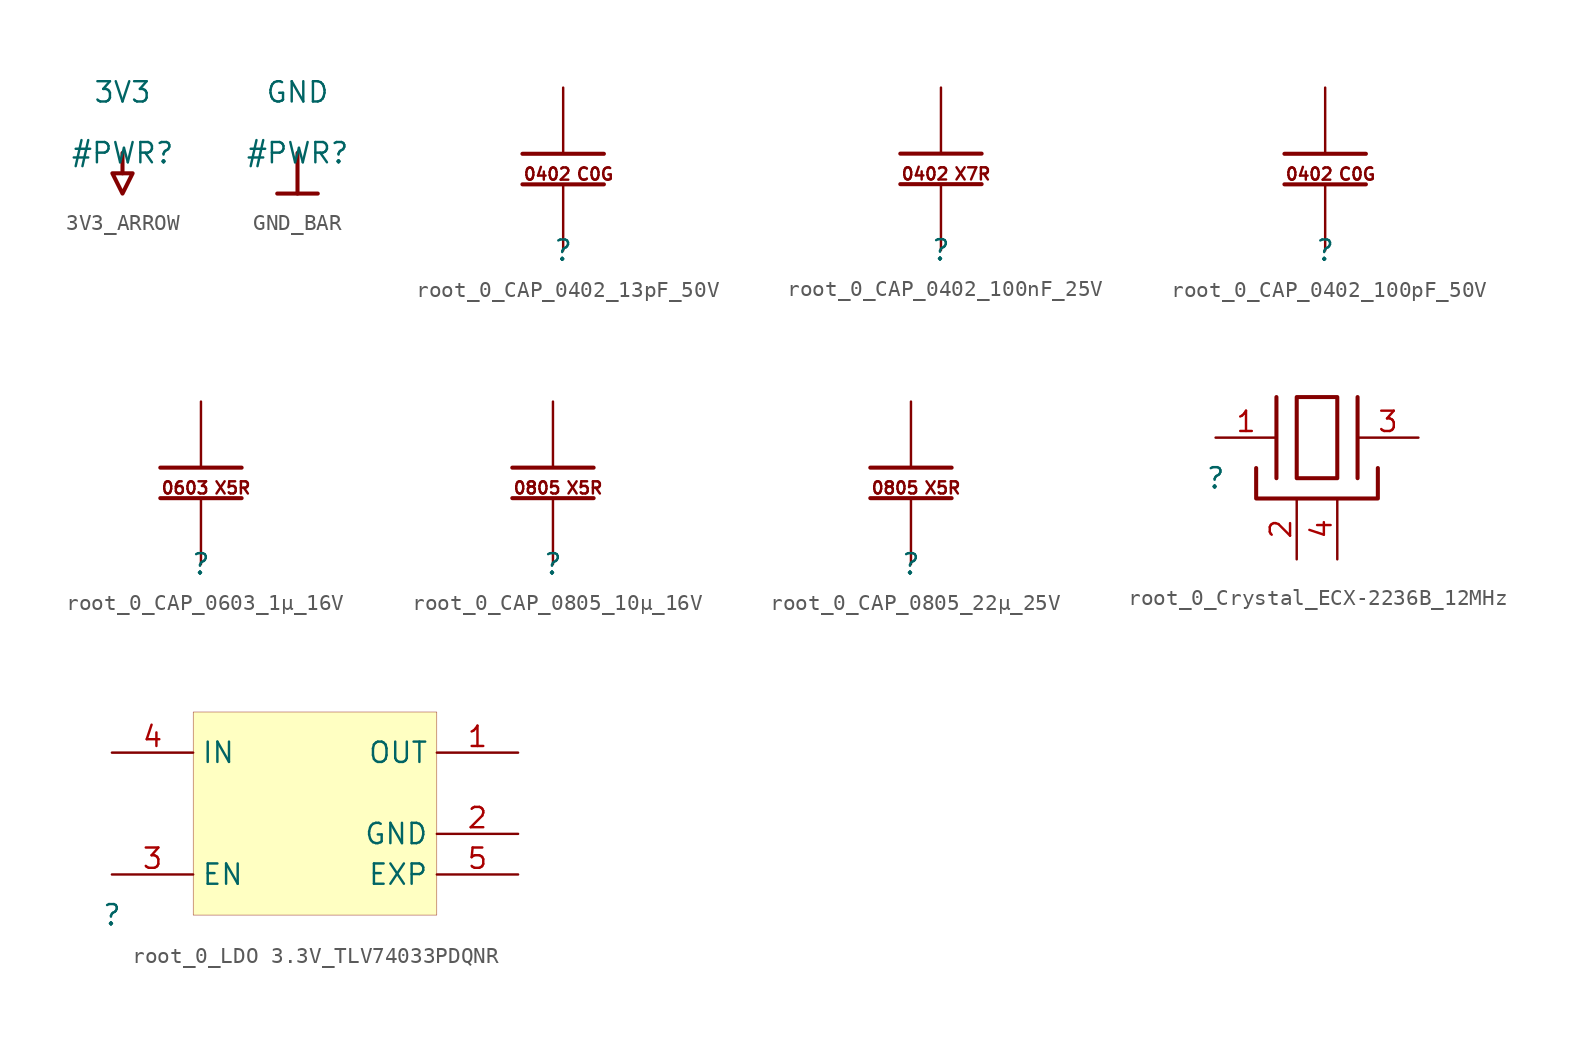
<source format=kicad_sym>
(kicad_symbol_lib
  (version 20231120)
  (generator "kicad_symbol_editor")
  (generator_version "8.0")
  (symbol "3V3_ARROW"
    (power)
    (property "Reference" "#PWR"
      (at 0 0 0)
      (effects (font (size 1.27 1.27))))
    (property "Value" "3V3"
      (at 0 3.81 0)
      (effects (font (size 1.27 1.27))))
    (symbol "3V3_ARROW_0_0"
      (polyline (pts (xy 0 0) (xy 0 -1.27)) (stroke (width 0.254) (type solid)) (fill (type none)))
      (polyline (pts (xy -0.635 -1.27) (xy 0.635 -1.27) (xy 0 -2.54) (xy -0.635 -1.27)) (stroke (width 0.254) (type solid)) (fill (type none)))
      (pin power_in line (at 0 0 0) (length 0) hide (name "3V3" (effects (font (size 1.27 1.27)))) (number "" (effects (font (size 1.27 1.27)))))))
  (symbol "GND_BAR"
    (power)
    (property "Reference" "#PWR"
      (at 0 0 0)
      (effects (font (size 1.27 1.27))))
    (property "Value" "GND"
      (at 0 3.81 0)
      (effects (font (size 1.27 1.27))))
    (symbol "GND_BAR_0_0"
      (polyline (pts (xy -1.27 -2.54) (xy 1.27 -2.54)) (stroke (width 0.254) (type solid)) (fill (type none)))
      (polyline (pts (xy 0 0) (xy 0 -2.54)) (stroke (width 0.254) (type solid)) (fill (type none)))
      (pin power_in line (at 0 0 0) (length 0) hide (name "GND" (effects (font (size 1.27 1.27)))) (number "" (effects (font (size 1.27 1.27)))))))
  (symbol "root_0_CAP_0402_13pF_50V"
    (property "Reference" ""
      (at 0 0 0)
      (effects (font (size 1.27 1.27))))
    (property "Value" ""
      (at 0 0 0)
      (effects (font (size 1.27 1.27))))
    (symbol "root_0_CAP_0402_13pF_50V_1_0"
      (polyline (pts (xy -2.54 4.128) (xy 2.54 4.128)) (stroke (width 0.254) (type solid)) (fill (type none)))
      (polyline (pts (xy -2.54 6.033) (xy 2.54 6.033)) (stroke (width 0.254) (type solid)) (fill (type none)))
      (text "0402" (at -2.54 4.318 0) (effects (font (size 0.762 0.762)) (justify left bottom)))
      (text "C0G" (at 0.762 4.318 0) (effects (font (size 0.762 0.762)) (justify left bottom)))
      (pin passive line (at 0 10.16 270) (length 4.064) (name "1" (effects (font (size 0 0)))) (number "1" (effects (font (size 0 0)))))
      (pin passive line (at 0 0 90) (length 4.064) (name "2" (effects (font (size 0 0)))) (number "2" (effects (font (size 0 0)))))))
  (symbol "root_0_CAP_0402_100nF_25V"
    (property "Reference" ""
      (at 0 0 0)
      (effects (font (size 1.27 1.27))))
    (property "Value" ""
      (at 0 0 0)
      (effects (font (size 1.27 1.27))))
    (symbol "root_0_CAP_0402_100nF_25V_1_0"
      (polyline (pts (xy -2.54 4.128) (xy 2.54 4.128)) (stroke (width 0.254) (type solid)) (fill (type none)))
      (polyline (pts (xy -2.54 6.033) (xy 2.54 6.033)) (stroke (width 0.254) (type solid)) (fill (type none)))
      (text "0402" (at -2.54 4.318 0) (effects (font (size 0.762 0.762)) (justify left bottom)))
      (text "X7R" (at 0.762 4.318 0) (effects (font (size 0.762 0.762)) (justify left bottom)))
      (pin passive line (at 0 10.16 270) (length 4.064) (name "1" (effects (font (size 0 0)))) (number "1" (effects (font (size 0 0)))))
      (pin passive line (at 0 0 90) (length 4.064) (name "2" (effects (font (size 0 0)))) (number "2" (effects (font (size 0 0)))))))
  (symbol "root_0_CAP_0402_100pF_50V"
    (property "Reference" ""
      (at 0 0 0)
      (effects (font (size 1.27 1.27))))
    (property "Value" ""
      (at 0 0 0)
      (effects (font (size 1.27 1.27))))
    (symbol "root_0_CAP_0402_100pF_50V_1_0"
      (polyline (pts (xy -2.54 4.128) (xy 2.54 4.128)) (stroke (width 0.254) (type solid)) (fill (type none)))
      (polyline (pts (xy -2.54 6.033) (xy 2.54 6.033)) (stroke (width 0.254) (type solid)) (fill (type none)))
      (text "0402" (at -2.54 4.318 0) (effects (font (size 0.762 0.762)) (justify left bottom)))
      (text "C0G" (at 0.762 4.318 0) (effects (font (size 0.762 0.762)) (justify left bottom)))
      (pin passive line (at 0 10.16 270) (length 4.064) (name "1" (effects (font (size 0 0)))) (number "1" (effects (font (size 0 0)))))
      (pin passive line (at 0 0 90) (length 4.064) (name "2" (effects (font (size 0 0)))) (number "2" (effects (font (size 0 0)))))))
  (symbol "root_0_CAP_0603_1µ_16V"
    (property "Reference" ""
      (at 0 0 0)
      (effects (font (size 1.27 1.27))))
    (property "Value" ""
      (at 0 0 0)
      (effects (font (size 1.27 1.27))))
    (symbol "root_0_CAP_0603_1µ_16V_1_0"
      (polyline (pts (xy -2.54 4.128) (xy 2.54 4.128)) (stroke (width 0.254) (type solid)) (fill (type none)))
      (polyline (pts (xy -2.54 6.033) (xy 2.54 6.033)) (stroke (width 0.254) (type solid)) (fill (type none)))
      (text "0603" (at -2.54 4.318 0) (effects (font (size 0.762 0.762)) (justify left bottom)))
      (text "X5R" (at 0.762 4.318 0) (effects (font (size 0.762 0.762)) (justify left bottom)))
      (pin passive line (at 0 10.16 270) (length 4.064) (name "1" (effects (font (size 0 0)))) (number "1" (effects (font (size 0 0)))))
      (pin passive line (at 0 0 90) (length 4.064) (name "2" (effects (font (size 0 0)))) (number "2" (effects (font (size 0 0)))))))
  (symbol "root_0_CAP_0805_10µ_16V"
    (property "Reference" ""
      (at 0 0 0)
      (effects (font (size 1.27 1.27))))
    (property "Value" ""
      (at 0 0 0)
      (effects (font (size 1.27 1.27))))
    (symbol "root_0_CAP_0805_10µ_16V_1_0"
      (polyline (pts (xy -2.54 4.128) (xy 2.54 4.128)) (stroke (width 0.254) (type solid)) (fill (type none)))
      (polyline (pts (xy -2.54 6.033) (xy 2.54 6.033)) (stroke (width 0.254) (type solid)) (fill (type none)))
      (text "0805" (at -2.54 4.318 0) (effects (font (size 0.762 0.762)) (justify left bottom)))
      (text "X5R" (at 0.762 4.318 0) (effects (font (size 0.762 0.762)) (justify left bottom)))
      (pin passive line (at 0 10.16 270) (length 4.064) (name "1" (effects (font (size 0 0)))) (number "1" (effects (font (size 0 0)))))
      (pin passive line (at 0 0 90) (length 4.064) (name "2" (effects (font (size 0 0)))) (number "2" (effects (font (size 0 0)))))))
  (symbol "root_0_CAP_0805_22µ_25V"
    (property "Reference" ""
      (at 0 0 0)
      (effects (font (size 1.27 1.27))))
    (property "Value" ""
      (at 0 0 0)
      (effects (font (size 1.27 1.27))))
    (symbol "root_0_CAP_0805_22µ_25V_1_0"
      (polyline (pts (xy -2.54 4.128) (xy 2.54 4.128)) (stroke (width 0.254) (type solid)) (fill (type none)))
      (polyline (pts (xy -2.54 6.033) (xy 2.54 6.033)) (stroke (width 0.254) (type solid)) (fill (type none)))
      (text "0805" (at -2.54 4.318 0) (effects (font (size 0.762 0.762)) (justify left bottom)))
      (text "X5R" (at 0.762 4.318 0) (effects (font (size 0.762 0.762)) (justify left bottom)))
      (pin passive line (at 0 10.16 270) (length 4.064) (name "1" (effects (font (size 0 0)))) (number "1" (effects (font (size 0 0)))))
      (pin passive line (at 0 0 90) (length 4.064) (name "2" (effects (font (size 0 0)))) (number "2" (effects (font (size 0 0)))))))
  (symbol "root_0_Crystal_ECX-2236B_12MHz"
    (property "Reference" ""
      (at 0 0 0)
      (effects (font (size 1.27 1.27))))
    (property "Value" ""
      (at 0 0 0)
      (effects (font (size 1.27 1.27))))
    (symbol "root_0_Crystal_ECX-2236B_12MHz_1_0"
      (polyline (pts (xy 3.81 0) (xy 3.81 5.08)) (stroke (width 0.254) (type solid)) (fill (type none)))
      (polyline (pts (xy 8.89 0) (xy 8.89 5.08)) (stroke (width 0.254) (type solid)) (fill (type none)))
      (polyline (pts (xy 2.54 0.635) (xy 2.54 -1.27) (xy 10.16 -1.27) (xy 10.16 0.635)) (stroke (width 0.254) (type solid)) (fill (type none)))
      (polyline (pts (xy 5.08 0) (xy 5.08 5.08) (xy 7.62 5.08) (xy 7.62 0) (xy 5.08 0)) (stroke (width 0.254) (type solid)) (fill (type none)))
      (pin passive line (at 0 2.54 0) (length 3.81) (name "1" (effects (font (size 0 0)))) (number "1" (effects (font (size 1.27 1.27)))))
      (pin passive line (at 5.08 -5.08 90) (length 3.81) (name "2" (effects (font (size 0 0)))) (number "2" (effects (font (size 1.27 1.27)))))
      (pin passive line (at 12.7 2.54 180) (length 3.81) (name "3" (effects (font (size 0 0)))) (number "3" (effects (font (size 1.27 1.27)))))
      (pin passive line (at 7.62 -5.08 90) (length 3.81) (name "4" (effects (font (size 0 0)))) (number "4" (effects (font (size 1.27 1.27)))))))
  (symbol "root_0_LDO 3.3V_TLV74033PDQNR"
    (property "Reference" ""
      (at 0 0 0)
      (effects (font (size 1.27 1.27))))
    (property "Value" ""
      (at 0 0 0)
      (effects (font (size 1.27 1.27))))
    (symbol "root_0_LDO 3.3V_TLV74033PDQNR_1_0"
      (rectangle (start 20.32 12.7) (end 5.08 0) (stroke (width 0.025) (type solid) (color 128 0 0 1)) (fill (type background)))
      (pin passive line (at 25.4 10.16 180) (length 5.08) (name "OUT" (effects (font (size 1.27 1.27)))) (number "1" (effects (font (size 1.27 1.27)))))
      (pin passive line (at 25.4 5.08 180) (length 5.08) (name "GND" (effects (font (size 1.27 1.27)))) (number "2" (effects (font (size 1.27 1.27)))))
      (pin passive line (at 0 2.54 0) (length 5.08) (name "EN" (effects (font (size 1.27 1.27)))) (number "3" (effects (font (size 1.27 1.27)))))
      (pin passive line (at 0 10.16 0) (length 5.08) (name "IN" (effects (font (size 1.27 1.27)))) (number "4" (effects (font (size 1.27 1.27)))))
      (pin passive line (at 25.4 2.54 180) (length 5.08) (name "EXP" (effects (font (size 1.27 1.27)))) (number "5" (effects (font (size 1.27 1.27))))))))
</source>
